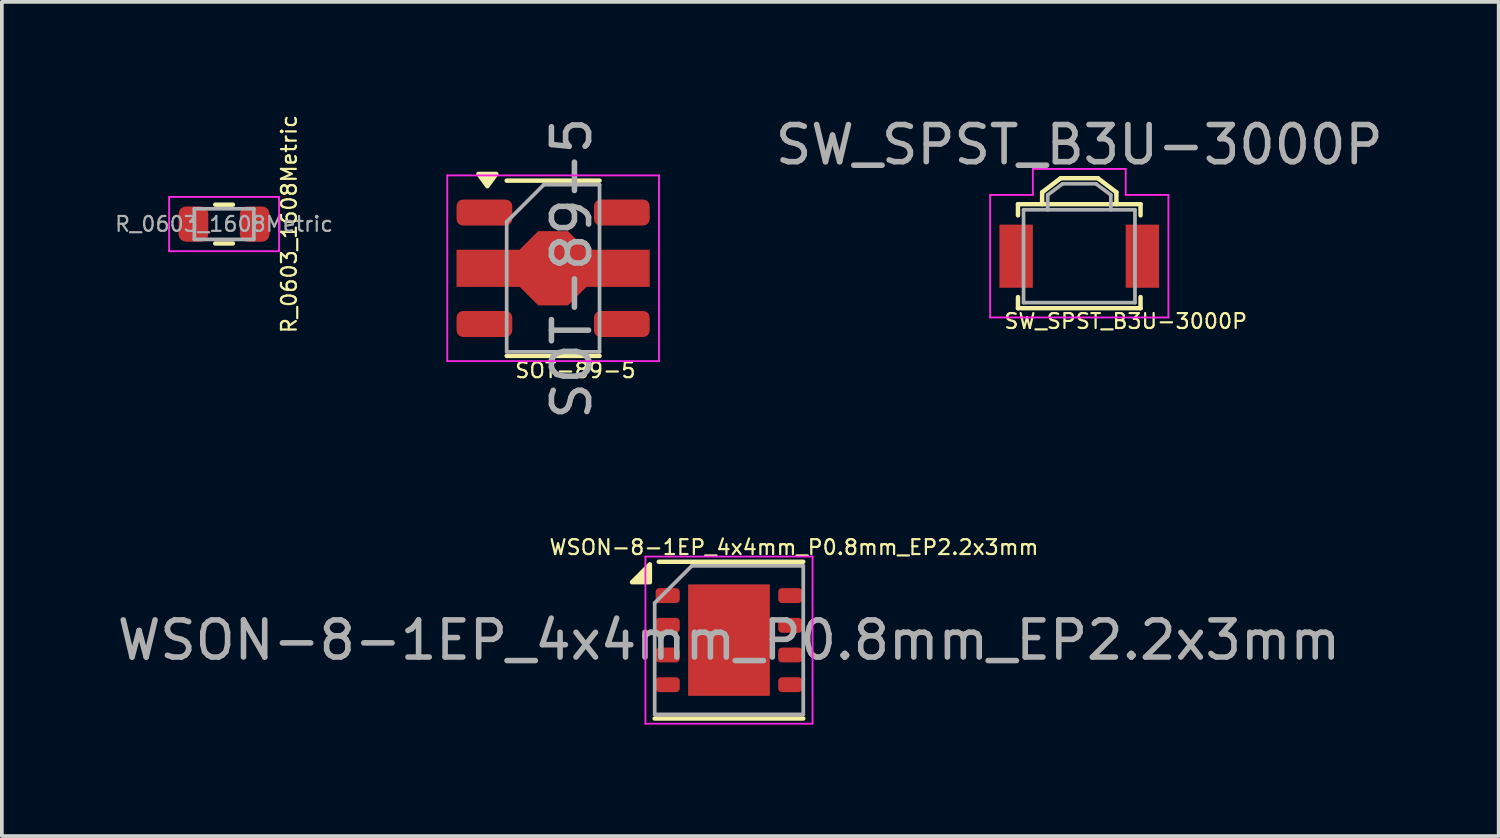
<source format=kicad_pcb>
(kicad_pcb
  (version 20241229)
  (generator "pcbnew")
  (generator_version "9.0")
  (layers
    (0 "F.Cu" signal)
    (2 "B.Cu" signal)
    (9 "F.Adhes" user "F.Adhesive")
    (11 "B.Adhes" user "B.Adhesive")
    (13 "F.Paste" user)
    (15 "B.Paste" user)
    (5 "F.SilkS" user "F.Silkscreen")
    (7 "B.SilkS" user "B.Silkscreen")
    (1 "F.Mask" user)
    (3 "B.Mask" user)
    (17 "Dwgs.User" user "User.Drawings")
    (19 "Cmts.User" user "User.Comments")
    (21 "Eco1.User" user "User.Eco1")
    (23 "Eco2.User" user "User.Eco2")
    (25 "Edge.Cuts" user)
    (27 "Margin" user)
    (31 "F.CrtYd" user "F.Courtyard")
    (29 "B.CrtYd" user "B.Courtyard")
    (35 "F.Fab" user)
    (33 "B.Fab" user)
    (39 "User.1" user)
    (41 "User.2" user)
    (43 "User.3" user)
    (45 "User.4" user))
  (footprint "WSON-8-1EP_4x4mm_P0.8mm_EP2.2x3mm"
    (layer "F.Cu")
    (at 16.577 14.185)
    (property "Reference" "WSON-8-1EP_4x4mm_P0.8mm_EP2.2x3mm" (at 1.75 -2.5 0) (layer "F.SilkS") (effects (font (size 0.4 0.4) (thickness 0.06))))
    (attr smd)
    (fp_line (start -2 2.11) (end 2 2.11) (stroke (width 0.12) (type solid)) (layer "F.SilkS"))
    (fp_line (start -1.89 -2.11) (end 2 -2.11) (stroke (width 0.12) (type solid)) (layer "F.SilkS"))
    (fp_poly (pts (xy -2.13 -1.56) (xy -2.61 -1.56) (xy -2.13 -2.04) (xy -2.13 -1.56)) (stroke (width 0.12) (type solid)) (fill yes) (layer "F.SilkS"))
    (fp_line (start -2.25 -2.25) (end -2.25 2.25) (stroke (width 0.05) (type solid)) (layer "F.CrtYd"))
    (fp_line (start -2.25 2.25) (end 2.25 2.25) (stroke (width 0.05) (type solid)) (layer "F.CrtYd"))
    (fp_line (start 2.25 -2.25) (end -2.25 -2.25) (stroke (width 0.05) (type solid)) (layer "F.CrtYd"))
    (fp_line (start 2.25 2.25) (end 2.25 -2.25) (stroke (width 0.05) (type solid)) (layer "F.CrtYd"))
    (fp_line (start -2 -1) (end -1 -2) (stroke (width 0.1) (type solid)) (layer "F.Fab"))
    (fp_line (start -2 2) (end -2 -1) (stroke (width 0.1) (type solid)) (layer "F.Fab"))
    (fp_line (start -1 -2) (end 2 -2) (stroke (width 0.1) (type solid)) (layer "F.Fab"))
    (fp_line (start 2 -2) (end 2 2) (stroke (width 0.1) (type solid)) (layer "F.Fab"))
    (fp_line (start 2 2) (end -2 2) (stroke (width 0.1) (type solid)) (layer "F.Fab"))
    (fp_text user "${REFERENCE}" (at 0 0 0) (layer "F.Fab") (effects (font (size 1 1) (thickness 0.15))))
    (pad "" smd roundrect (at -0.55 -0.75 180) (size 0.89 1.21) (layers "F.Paste") (roundrect_rratio 0.25))
    (pad "" smd roundrect (at -0.55 0.75 180) (size 0.89 1.21) (layers "F.Paste") (roundrect_rratio 0.25))
    (pad "" smd roundrect (at 0.55 -0.75 180) (size 0.89 1.21) (layers "F.Paste") (roundrect_rratio 0.25))
    (pad "" smd roundrect (at 0.55 0.75 180) (size 0.89 1.21) (layers "F.Paste") (roundrect_rratio 0.25))
    (pad "1" smd roundrect (at -1.65 -1.2 180) (size 0.65 0.4) (layers "F.Cu" "F.Mask" "F.Paste") (roundrect_rratio 0.25))
    (pad "2" smd roundrect (at -1.65 -0.4 180) (size 0.65 0.4) (layers "F.Cu" "F.Mask" "F.Paste") (roundrect_rratio 0.25))
    (pad "3" smd roundrect (at -1.65 0.4 180) (size 0.65 0.4) (layers "F.Cu" "F.Mask" "F.Paste") (roundrect_rratio 0.25))
    (pad "4" smd roundrect (at -1.65 1.2 180) (size 0.65 0.4) (layers "F.Cu" "F.Mask" "F.Paste") (roundrect_rratio 0.25))
    (pad "5" smd roundrect (at 1.65 1.2 180) (size 0.65 0.4) (layers "F.Cu" "F.Mask" "F.Paste") (roundrect_rratio 0.25))
    (pad "6" smd roundrect (at 1.65 0.4 180) (size 0.65 0.4) (layers "F.Cu" "F.Mask" "F.Paste") (roundrect_rratio 0.25))
    (pad "7" smd roundrect (at 1.65 -0.4 180) (size 0.65 0.4) (layers "F.Cu" "F.Mask" "F.Paste") (roundrect_rratio 0.25))
    (pad "8" smd roundrect (at 1.65 -1.2 180) (size 0.65 0.4) (layers "F.Cu" "F.Mask" "F.Paste") (roundrect_rratio 0.25))
    (pad "9" smd rect (at 0 0 180) (size 2.2 3) (property pad_prop_heatsink) (layers "F.Cu" "F.Mask")))
  (footprint "R_0603_1608Metric"
    (layer "F.Cu")
    (at 2.983 2.983)
    (property "Reference" "R_0603_1608Metric" (at 1.75 0 90) (layer "F.SilkS") (effects (font (size 0.4 0.4) (thickness 0.06))))
    (attr smd)
    (fp_line (start -0.237 -0.522) (end 0.237 -0.522) (stroke (width 0.12) (type solid)) (layer "F.SilkS"))
    (fp_line (start -0.237 0.522) (end 0.237 0.522) (stroke (width 0.12) (type solid)) (layer "F.SilkS"))
    (fp_line (start -1.48 -0.73) (end 1.48 -0.73) (stroke (width 0.05) (type solid)) (layer "F.CrtYd"))
    (fp_line (start -1.48 0.73) (end -1.48 -0.73) (stroke (width 0.05) (type solid)) (layer "F.CrtYd"))
    (fp_line (start 1.48 -0.73) (end 1.48 0.73) (stroke (width 0.05) (type solid)) (layer "F.CrtYd"))
    (fp_line (start 1.48 0.73) (end -1.48 0.73) (stroke (width 0.05) (type solid)) (layer "F.CrtYd"))
    (fp_line (start -0.8 -0.412) (end 0.8 -0.412) (stroke (width 0.1) (type solid)) (layer "F.Fab"))
    (fp_line (start -0.8 0.412) (end -0.8 -0.412) (stroke (width 0.1) (type solid)) (layer "F.Fab"))
    (fp_line (start 0.8 -0.412) (end 0.8 0.412) (stroke (width 0.1) (type solid)) (layer "F.Fab"))
    (fp_line (start 0.8 0.412) (end -0.8 0.412) (stroke (width 0.1) (type solid)) (layer "F.Fab"))
    (fp_text user "${REFERENCE}" (at 0 0 0) (layer "F.Fab") (effects (font (size 0.4 0.4) (thickness 0.06))))
    (pad "1" smd roundrect (at -0.825 0) (size 0.8 0.95) (layers "F.Cu" "F.Mask" "F.Paste") (roundrect_rratio 0.25))
    (pad "2" smd roundrect (at 0.825 0) (size 0.8 0.95) (layers "F.Cu" "F.Mask" "F.Paste") (roundrect_rratio 0.25)))
  (footprint "SW_SPST_B3U-3000P"
    (layer "F.Cu")
    (at 26.008 3.848)
    (property "Reference" "SW_SPST_B3U-3000P" (at 1.25 1.75 0) (layer "F.SilkS") (effects (font (size 0.4 0.4) (thickness 0.06))))
    (attr smd)
    (fp_line (start -1.65 -1.4) (end 1.65 -1.4) (stroke (width 0.12) (type solid)) (layer "F.SilkS"))
    (fp_line (start -1.65 -1.1) (end -1.65 -1.4) (stroke (width 0.12) (type solid)) (layer "F.SilkS"))
    (fp_line (start -1.65 1.1) (end -1.65 1.4) (stroke (width 0.12) (type solid)) (layer "F.SilkS"))
    (fp_line (start -1.65 1.4) (end 1.65 1.4) (stroke (width 0.12) (type solid)) (layer "F.SilkS"))
    (fp_line (start -1 -1.72) (end -1 -1.4) (stroke (width 0.12) (type solid)) (layer "F.SilkS"))
    (fp_line (start -0.5 -2.1) (end -1 -1.72) (stroke (width 0.12) (type solid)) (layer "F.SilkS"))
    (fp_line (start -0.5 -2.1) (end 0.5 -2.1) (stroke (width 0.12) (type solid)) (layer "F.SilkS"))
    (fp_line (start 0.5 -2.1) (end 1 -1.72) (stroke (width 0.12) (type solid)) (layer "F.SilkS"))
    (fp_line (start 1 -1.72) (end 1 -1.4) (stroke (width 0.12) (type solid)) (layer "F.SilkS"))
    (fp_line (start 1.65 -1.4) (end 1.65 -1.1) (stroke (width 0.12) (type solid)) (layer "F.SilkS"))
    (fp_line (start 1.65 1.4) (end 1.65 1.1) (stroke (width 0.12) (type solid)) (layer "F.SilkS"))
    (fp_line (start -2.4 -1.65) (end -2.4 1.65) (stroke (width 0.05) (type solid)) (layer "F.CrtYd"))
    (fp_line (start -2.4 1.65) (end 2.4 1.65) (stroke (width 0.05) (type solid)) (layer "F.CrtYd"))
    (fp_line (start -1.25 -2.35) (end 1.25 -2.35) (stroke (width 0.05) (type solid)) (layer "F.CrtYd"))
    (fp_line (start -1.25 -1.65) (end -2.4 -1.65) (stroke (width 0.05) (type solid)) (layer "F.CrtYd"))
    (fp_line (start -1.25 -1.65) (end -1.25 -2.35) (stroke (width 0.05) (type solid)) (layer "F.CrtYd"))
    (fp_line (start 1.25 -2.35) (end 1.25 -1.65) (stroke (width 0.05) (type solid)) (layer "F.CrtYd"))
    (fp_line (start 1.25 -1.65) (end 2.4 -1.65) (stroke (width 0.05) (type solid)) (layer "F.CrtYd"))
    (fp_line (start 2.4 1.65) (end 2.4 -1.65) (stroke (width 0.05) (type solid)) (layer "F.CrtYd"))
    (fp_line (start -1.5 -1.25) (end 1.5 -1.25) (stroke (width 0.1) (type solid)) (layer "F.Fab"))
    (fp_line (start -1.5 1.25) (end -1.5 -1.25) (stroke (width 0.1) (type solid)) (layer "F.Fab"))
    (fp_line (start -0.85 -1.65) (end -0.45 -1.95) (stroke (width 0.1) (type solid)) (layer "F.Fab"))
    (fp_line (start -0.85 -1.25) (end -0.85 -1.65) (stroke (width 0.1) (type solid)) (layer "F.Fab"))
    (fp_line (start -0.45 -1.95) (end 0.45 -1.95) (stroke (width 0.1) (type solid)) (layer "F.Fab"))
    (fp_line (start 0.45 -1.95) (end 0.85 -1.65) (stroke (width 0.1) (type solid)) (layer "F.Fab"))
    (fp_line (start 0.85 -1.65) (end 0.85 -1.25) (stroke (width 0.1) (type solid)) (layer "F.Fab"))
    (fp_line (start 1.5 -1.25) (end 1.5 1.25) (stroke (width 0.1) (type solid)) (layer "F.Fab"))
    (fp_line (start 1.5 1.25) (end -1.5 1.25) (stroke (width 0.1) (type solid)) (layer "F.Fab"))
    (fp_text user "${REFERENCE}" (at 0 -3 0) (layer "F.Fab") (effects (font (size 1 1) (thickness 0.15))))
    (pad "1" smd rect (at -1.7 0) (size 0.9 1.7) (layers "F.Cu" "F.Mask" "F.Paste"))
    (pad "2" smd rect (at 1.7 0) (size 0.9 1.7) (layers "F.Cu" "F.Mask" "F.Paste")))
  (footprint "SOT-89-5"
    (layer "F.Cu")
    (at 11.842 4.173)
    (property "Reference" "SOT-89-5" (at 0.6 2.75 180) (layer "F.SilkS") (effects (font (size 0.4 0.4) (thickness 0.06))))
    (attr smd)
    (fp_line (start -1.25 -2.36) (end 1.25 -2.36) (stroke (width 0.12) (type solid)) (layer "F.SilkS"))
    (fp_line (start 1.25 2.36) (end -1.25 2.36) (stroke (width 0.12) (type solid)) (layer "F.SilkS"))
    (fp_poly (pts (xy -1.77 -2.21) (xy -2.01 -2.54) (xy -1.53 -2.54) (xy -1.77 -2.21)) (stroke (width 0.12) (type solid)) (fill yes) (layer "F.SilkS"))
    (fp_line (start -2.85 2.5) (end -2.85 -2.5) (stroke (width 0.05) (type solid)) (layer "F.CrtYd"))
    (fp_line (start -2.85 2.5) (end 2.85 2.5) (stroke (width 0.05) (type solid)) (layer "F.CrtYd"))
    (fp_line (start 2.85 -2.5) (end -2.85 -2.5) (stroke (width 0.05) (type solid)) (layer "F.CrtYd"))
    (fp_line (start 2.85 -2.5) (end 2.85 2.5) (stroke (width 0.05) (type solid)) (layer "F.CrtYd"))
    (fp_line (start -1.25 -1.25) (end -0.25 -2.25) (stroke (width 0.1) (type solid)) (layer "F.Fab"))
    (fp_line (start -1.25 2.25) (end -1.25 -1.25) (stroke (width 0.1) (type solid)) (layer "F.Fab"))
    (fp_line (start -0.25 -2.25) (end 1.25 -2.25) (stroke (width 0.1) (type solid)) (layer "F.Fab"))
    (fp_line (start 1.25 -2.25) (end 1.25 2.25) (stroke (width 0.1) (type solid)) (layer "F.Fab"))
    (fp_line (start 1.25 2.25) (end -1.25 2.25) (stroke (width 0.1) (type solid)) (layer "F.Fab"))
    (fp_text user "${REFERENCE}" (at 0.5 0 270) (layer "F.Fab") (effects (font (size 1 1) (thickness 0.15))))
    (pad "1" smd roundrect (at -1.85 -1.5) (size 1.5 0.7) (layers "F.Cu" "F.Mask" "F.Paste") (roundrect_rratio 0.25))
    (pad "2" smd custom (at 0 0) (size 0.8 2) (layers "F.Cu" "F.Mask" "F.Paste") (options (anchor rect)) (primitives (gr_poly (pts (xy 0.9 -0.5) (xy 2.6 -0.5) (xy 2.6 0.5) (xy 0.9 0.5) (xy 0.4 1) (xy -0.4 1) (xy -0.9 0.5) (xy -2.6 0.5) (xy -2.6 -0.5) (xy -0.9 -0.5) (xy -0.4 -1) (xy 0.4 -1)) (width 0) (fill yes))))
    (pad "3" smd roundrect (at -1.85 1.5) (size 1.5 0.7) (layers "F.Cu" "F.Mask" "F.Paste") (roundrect_rratio 0.25))
    (pad "4" smd roundrect (at 1.85 1.5) (size 1.5 0.7) (layers "F.Cu" "F.Mask" "F.Paste") (roundrect_rratio 0.25))
    (pad "5" smd roundrect (at 1.85 -1.5) (size 1.5 0.7) (layers "F.Cu" "F.Mask" "F.Paste") (roundrect_rratio 0.25)))
  (gr_rect
    (start -3 -3)
    (end 37.3 19.46)
    (stroke (width 0.1) (type default))
    (fill no)
    (layer "Edge.Cuts")))
</source>
